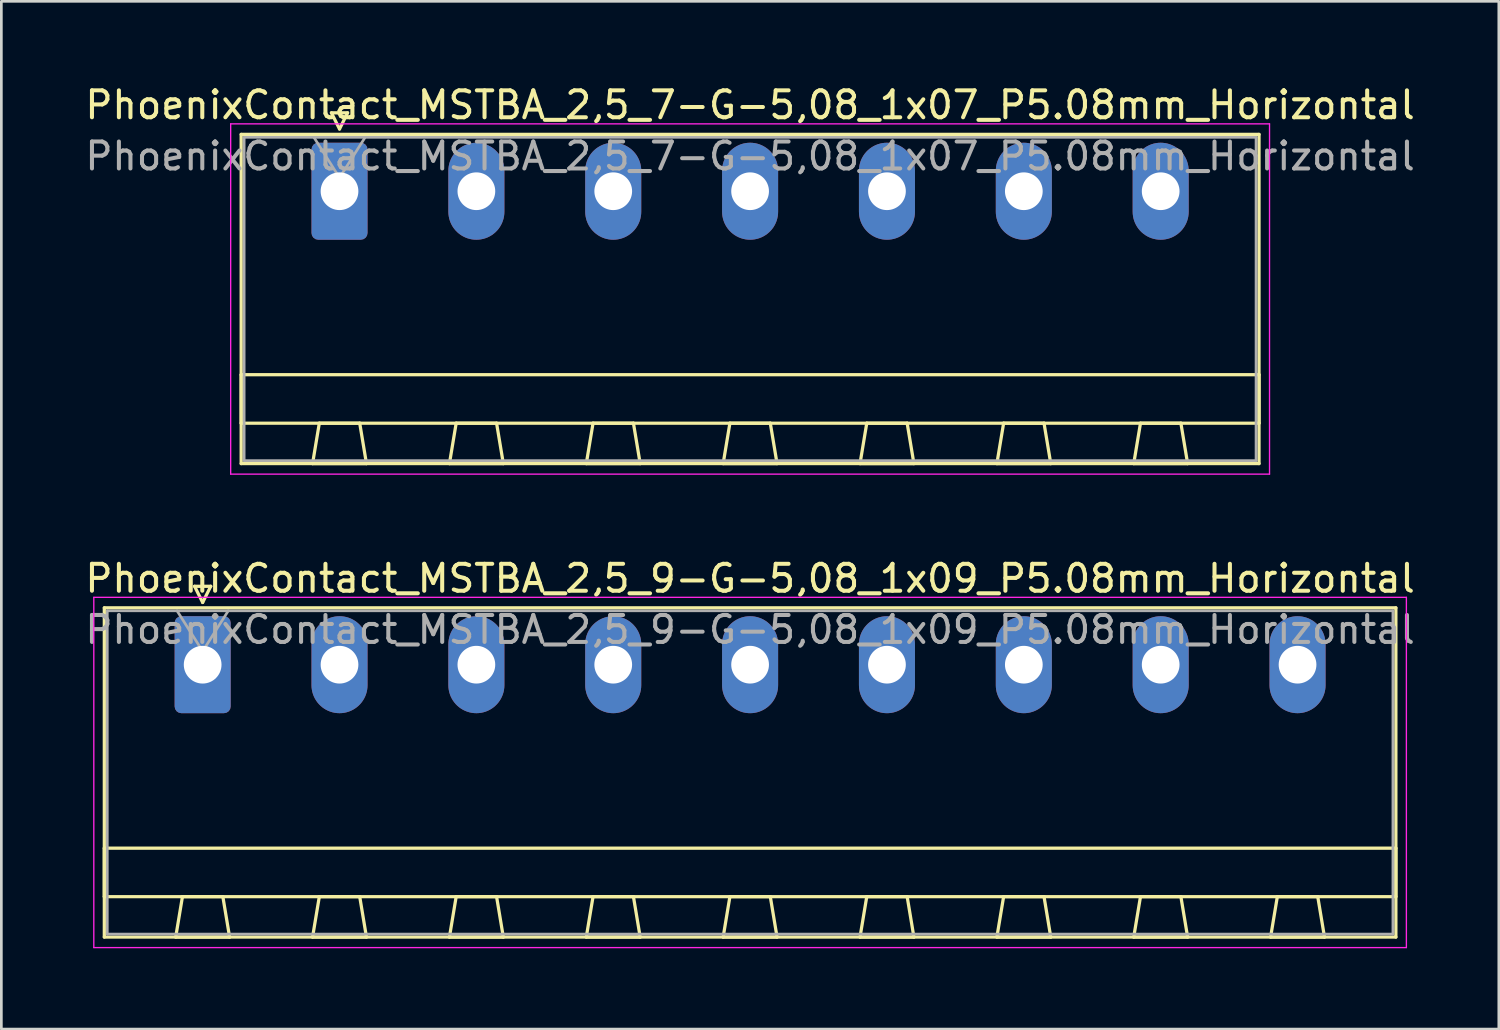
<source format=kicad_pcb>
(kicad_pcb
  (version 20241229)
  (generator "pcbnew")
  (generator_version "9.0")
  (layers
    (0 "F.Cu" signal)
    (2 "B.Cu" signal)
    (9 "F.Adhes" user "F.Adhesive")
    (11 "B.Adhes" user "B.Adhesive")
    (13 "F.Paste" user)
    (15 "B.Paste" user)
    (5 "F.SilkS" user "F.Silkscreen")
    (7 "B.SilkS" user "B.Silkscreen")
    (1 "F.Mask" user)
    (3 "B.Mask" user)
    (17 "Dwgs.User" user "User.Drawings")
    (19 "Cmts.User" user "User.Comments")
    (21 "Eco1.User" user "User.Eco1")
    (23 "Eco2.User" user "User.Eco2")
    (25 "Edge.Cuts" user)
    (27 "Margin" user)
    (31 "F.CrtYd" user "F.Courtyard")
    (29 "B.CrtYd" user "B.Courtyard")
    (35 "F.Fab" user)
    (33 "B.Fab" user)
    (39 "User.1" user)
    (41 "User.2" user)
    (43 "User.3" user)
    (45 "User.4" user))
  (footprint "PhoenixContact_MSTBA_2,5_7-G-5,08_1x07_P5.08mm_Horizontal"
    (layer "F.Cu")
    (at 9.552 4.048)
    (property "Reference" "PhoenixContact_MSTBA_2,5_7-G-5,08_1x07_P5.08mm_Horizontal" (at 15.24 -3.2 0) (layer "F.SilkS") (effects (font (size 1 1) (thickness 0.15))))
    (attr through_hole)
    (fp_line (start -3.65 -2.11) (end -3.65 10.11) (stroke (width 0.12) (type solid)) (layer "F.SilkS"))
    (fp_line (start -3.65 6.81) (end 34.13 6.81) (stroke (width 0.12) (type solid)) (layer "F.SilkS"))
    (fp_line (start -3.65 8.61) (end -3.65 6.81) (stroke (width 0.12) (type solid)) (layer "F.SilkS"))
    (fp_line (start -3.65 10.11) (end 34.13 10.11) (stroke (width 0.12) (type solid)) (layer "F.SilkS"))
    (fp_line (start -1 10.11) (end 1 10.11) (stroke (width 0.12) (type solid)) (layer "F.SilkS"))
    (fp_line (start -0.75 8.61) (end -1 10.11) (stroke (width 0.12) (type solid)) (layer "F.SilkS"))
    (fp_line (start -0.3 -2.91) (end 0.3 -2.91) (stroke (width 0.12) (type solid)) (layer "F.SilkS"))
    (fp_line (start 0 -2.31) (end -0.3 -2.91) (stroke (width 0.12) (type solid)) (layer "F.SilkS"))
    (fp_line (start 0.3 -2.91) (end 0 -2.31) (stroke (width 0.12) (type solid)) (layer "F.SilkS"))
    (fp_line (start 0.75 8.61) (end -0.75 8.61) (stroke (width 0.12) (type solid)) (layer "F.SilkS"))
    (fp_line (start 1 10.11) (end 0.75 8.61) (stroke (width 0.12) (type solid)) (layer "F.SilkS"))
    (fp_line (start 4.08 10.11) (end 6.08 10.11) (stroke (width 0.12) (type solid)) (layer "F.SilkS"))
    (fp_line (start 4.33 8.61) (end 4.08 10.11) (stroke (width 0.12) (type solid)) (layer "F.SilkS"))
    (fp_line (start 5.83 8.61) (end 4.33 8.61) (stroke (width 0.12) (type solid)) (layer "F.SilkS"))
    (fp_line (start 6.08 10.11) (end 5.83 8.61) (stroke (width 0.12) (type solid)) (layer "F.SilkS"))
    (fp_line (start 9.16 10.11) (end 11.16 10.11) (stroke (width 0.12) (type solid)) (layer "F.SilkS"))
    (fp_line (start 9.41 8.61) (end 9.16 10.11) (stroke (width 0.12) (type solid)) (layer "F.SilkS"))
    (fp_line (start 10.91 8.61) (end 9.41 8.61) (stroke (width 0.12) (type solid)) (layer "F.SilkS"))
    (fp_line (start 11.16 10.11) (end 10.91 8.61) (stroke (width 0.12) (type solid)) (layer "F.SilkS"))
    (fp_line (start 14.24 10.11) (end 16.24 10.11) (stroke (width 0.12) (type solid)) (layer "F.SilkS"))
    (fp_line (start 14.49 8.61) (end 14.24 10.11) (stroke (width 0.12) (type solid)) (layer "F.SilkS"))
    (fp_line (start 15.99 8.61) (end 14.49 8.61) (stroke (width 0.12) (type solid)) (layer "F.SilkS"))
    (fp_line (start 16.24 10.11) (end 15.99 8.61) (stroke (width 0.12) (type solid)) (layer "F.SilkS"))
    (fp_line (start 19.32 10.11) (end 21.32 10.11) (stroke (width 0.12) (type solid)) (layer "F.SilkS"))
    (fp_line (start 19.57 8.61) (end 19.32 10.11) (stroke (width 0.12) (type solid)) (layer "F.SilkS"))
    (fp_line (start 21.07 8.61) (end 19.57 8.61) (stroke (width 0.12) (type solid)) (layer "F.SilkS"))
    (fp_line (start 21.32 10.11) (end 21.07 8.61) (stroke (width 0.12) (type solid)) (layer "F.SilkS"))
    (fp_line (start 24.4 10.11) (end 26.4 10.11) (stroke (width 0.12) (type solid)) (layer "F.SilkS"))
    (fp_line (start 24.65 8.61) (end 24.4 10.11) (stroke (width 0.12) (type solid)) (layer "F.SilkS"))
    (fp_line (start 26.15 8.61) (end 24.65 8.61) (stroke (width 0.12) (type solid)) (layer "F.SilkS"))
    (fp_line (start 26.4 10.11) (end 26.15 8.61) (stroke (width 0.12) (type solid)) (layer "F.SilkS"))
    (fp_line (start 29.48 10.11) (end 31.48 10.11) (stroke (width 0.12) (type solid)) (layer "F.SilkS"))
    (fp_line (start 29.73 8.61) (end 29.48 10.11) (stroke (width 0.12) (type solid)) (layer "F.SilkS"))
    (fp_line (start 31.23 8.61) (end 29.73 8.61) (stroke (width 0.12) (type solid)) (layer "F.SilkS"))
    (fp_line (start 31.48 10.11) (end 31.23 8.61) (stroke (width 0.12) (type solid)) (layer "F.SilkS"))
    (fp_line (start 34.13 -2.11) (end -3.65 -2.11) (stroke (width 0.12) (type solid)) (layer "F.SilkS"))
    (fp_line (start 34.13 6.81) (end 34.13 8.61) (stroke (width 0.12) (type solid)) (layer "F.SilkS"))
    (fp_line (start 34.13 8.61) (end -3.65 8.61) (stroke (width 0.12) (type solid)) (layer "F.SilkS"))
    (fp_line (start 34.13 10.11) (end 34.13 -2.11) (stroke (width 0.12) (type solid)) (layer "F.SilkS"))
    (fp_line (start -4.04 -2.5) (end -4.04 10.5) (stroke (width 0.05) (type solid)) (layer "F.CrtYd"))
    (fp_line (start -4.04 10.5) (end 34.52 10.5) (stroke (width 0.05) (type solid)) (layer "F.CrtYd"))
    (fp_line (start 34.52 -2.5) (end -4.04 -2.5) (stroke (width 0.05) (type solid)) (layer "F.CrtYd"))
    (fp_line (start 34.52 10.5) (end 34.52 -2.5) (stroke (width 0.05) (type solid)) (layer "F.CrtYd"))
    (fp_line (start -3.54 -2) (end -3.54 10) (stroke (width 0.1) (type solid)) (layer "F.Fab"))
    (fp_line (start -3.54 10) (end 34.02 10) (stroke (width 0.1) (type solid)) (layer "F.Fab"))
    (fp_line (start 0 -0.5) (end -0.95 -2) (stroke (width 0.1) (type solid)) (layer "F.Fab"))
    (fp_line (start 0.95 -2) (end 0 -0.5) (stroke (width 0.1) (type solid)) (layer "F.Fab"))
    (fp_line (start 34.02 -2) (end -3.54 -2) (stroke (width 0.1) (type solid)) (layer "F.Fab"))
    (fp_line (start 34.02 10) (end 34.02 -2) (stroke (width 0.1) (type solid)) (layer "F.Fab"))
    (fp_text user "${REFERENCE}" (at 15.24 -1.3 0) (layer "F.Fab") (effects (font (size 1 1) (thickness 0.15))))
    (pad "1" thru_hole roundrect (at 0 0) (size 2.08 3.6) (drill 1.4) (layers "*.Cu" "*.Mask") (roundrect_rratio 0.12))
    (pad "2" thru_hole oval (at 5.08 0) (size 2.08 3.6) (drill 1.4) (layers "*.Cu" "*.Mask"))
    (pad "3" thru_hole oval (at 10.16 0) (size 2.08 3.6) (drill 1.4) (layers "*.Cu" "*.Mask"))
    (pad "4" thru_hole oval (at 15.24 0) (size 2.08 3.6) (drill 1.4) (layers "*.Cu" "*.Mask"))
    (pad "5" thru_hole oval (at 20.32 0) (size 2.08 3.6) (drill 1.4) (layers "*.Cu" "*.Mask"))
    (pad "6" thru_hole oval (at 25.4 0) (size 2.08 3.6) (drill 1.4) (layers "*.Cu" "*.Mask"))
    (pad "7" thru_hole oval (at 30.48 0) (size 2.08 3.6) (drill 1.4) (layers "*.Cu" "*.Mask")))
  (footprint "PhoenixContact_MSTBA_2,5_9-G-5,08_1x09_P5.08mm_Horizontal"
    (layer "F.Cu")
    (at 4.472 21.622)
    (property "Reference" "PhoenixContact_MSTBA_2,5_9-G-5,08_1x09_P5.08mm_Horizontal" (at 20.32 -3.2 0) (layer "F.SilkS") (effects (font (size 1 1) (thickness 0.15))))
    (attr through_hole)
    (fp_line (start -3.65 -2.11) (end -3.65 10.11) (stroke (width 0.12) (type solid)) (layer "F.SilkS"))
    (fp_line (start -3.65 6.81) (end 44.29 6.81) (stroke (width 0.12) (type solid)) (layer "F.SilkS"))
    (fp_line (start -3.65 8.61) (end -3.65 6.81) (stroke (width 0.12) (type solid)) (layer "F.SilkS"))
    (fp_line (start -3.65 10.11) (end 44.29 10.11) (stroke (width 0.12) (type solid)) (layer "F.SilkS"))
    (fp_line (start -1 10.11) (end 1 10.11) (stroke (width 0.12) (type solid)) (layer "F.SilkS"))
    (fp_line (start -0.75 8.61) (end -1 10.11) (stroke (width 0.12) (type solid)) (layer "F.SilkS"))
    (fp_line (start -0.3 -2.91) (end 0.3 -2.91) (stroke (width 0.12) (type solid)) (layer "F.SilkS"))
    (fp_line (start 0 -2.31) (end -0.3 -2.91) (stroke (width 0.12) (type solid)) (layer "F.SilkS"))
    (fp_line (start 0.3 -2.91) (end 0 -2.31) (stroke (width 0.12) (type solid)) (layer "F.SilkS"))
    (fp_line (start 0.75 8.61) (end -0.75 8.61) (stroke (width 0.12) (type solid)) (layer "F.SilkS"))
    (fp_line (start 1 10.11) (end 0.75 8.61) (stroke (width 0.12) (type solid)) (layer "F.SilkS"))
    (fp_line (start 4.08 10.11) (end 6.08 10.11) (stroke (width 0.12) (type solid)) (layer "F.SilkS"))
    (fp_line (start 4.33 8.61) (end 4.08 10.11) (stroke (width 0.12) (type solid)) (layer "F.SilkS"))
    (fp_line (start 5.83 8.61) (end 4.33 8.61) (stroke (width 0.12) (type solid)) (layer "F.SilkS"))
    (fp_line (start 6.08 10.11) (end 5.83 8.61) (stroke (width 0.12) (type solid)) (layer "F.SilkS"))
    (fp_line (start 9.16 10.11) (end 11.16 10.11) (stroke (width 0.12) (type solid)) (layer "F.SilkS"))
    (fp_line (start 9.41 8.61) (end 9.16 10.11) (stroke (width 0.12) (type solid)) (layer "F.SilkS"))
    (fp_line (start 10.91 8.61) (end 9.41 8.61) (stroke (width 0.12) (type solid)) (layer "F.SilkS"))
    (fp_line (start 11.16 10.11) (end 10.91 8.61) (stroke (width 0.12) (type solid)) (layer "F.SilkS"))
    (fp_line (start 14.24 10.11) (end 16.24 10.11) (stroke (width 0.12) (type solid)) (layer "F.SilkS"))
    (fp_line (start 14.49 8.61) (end 14.24 10.11) (stroke (width 0.12) (type solid)) (layer "F.SilkS"))
    (fp_line (start 15.99 8.61) (end 14.49 8.61) (stroke (width 0.12) (type solid)) (layer "F.SilkS"))
    (fp_line (start 16.24 10.11) (end 15.99 8.61) (stroke (width 0.12) (type solid)) (layer "F.SilkS"))
    (fp_line (start 19.32 10.11) (end 21.32 10.11) (stroke (width 0.12) (type solid)) (layer "F.SilkS"))
    (fp_line (start 19.57 8.61) (end 19.32 10.11) (stroke (width 0.12) (type solid)) (layer "F.SilkS"))
    (fp_line (start 21.07 8.61) (end 19.57 8.61) (stroke (width 0.12) (type solid)) (layer "F.SilkS"))
    (fp_line (start 21.32 10.11) (end 21.07 8.61) (stroke (width 0.12) (type solid)) (layer "F.SilkS"))
    (fp_line (start 24.4 10.11) (end 26.4 10.11) (stroke (width 0.12) (type solid)) (layer "F.SilkS"))
    (fp_line (start 24.65 8.61) (end 24.4 10.11) (stroke (width 0.12) (type solid)) (layer "F.SilkS"))
    (fp_line (start 26.15 8.61) (end 24.65 8.61) (stroke (width 0.12) (type solid)) (layer "F.SilkS"))
    (fp_line (start 26.4 10.11) (end 26.15 8.61) (stroke (width 0.12) (type solid)) (layer "F.SilkS"))
    (fp_line (start 29.48 10.11) (end 31.48 10.11) (stroke (width 0.12) (type solid)) (layer "F.SilkS"))
    (fp_line (start 29.73 8.61) (end 29.48 10.11) (stroke (width 0.12) (type solid)) (layer "F.SilkS"))
    (fp_line (start 31.23 8.61) (end 29.73 8.61) (stroke (width 0.12) (type solid)) (layer "F.SilkS"))
    (fp_line (start 31.48 10.11) (end 31.23 8.61) (stroke (width 0.12) (type solid)) (layer "F.SilkS"))
    (fp_line (start 34.56 10.11) (end 36.56 10.11) (stroke (width 0.12) (type solid)) (layer "F.SilkS"))
    (fp_line (start 34.81 8.61) (end 34.56 10.11) (stroke (width 0.12) (type solid)) (layer "F.SilkS"))
    (fp_line (start 36.31 8.61) (end 34.81 8.61) (stroke (width 0.12) (type solid)) (layer "F.SilkS"))
    (fp_line (start 36.56 10.11) (end 36.31 8.61) (stroke (width 0.12) (type solid)) (layer "F.SilkS"))
    (fp_line (start 39.64 10.11) (end 41.64 10.11) (stroke (width 0.12) (type solid)) (layer "F.SilkS"))
    (fp_line (start 39.89 8.61) (end 39.64 10.11) (stroke (width 0.12) (type solid)) (layer "F.SilkS"))
    (fp_line (start 41.39 8.61) (end 39.89 8.61) (stroke (width 0.12) (type solid)) (layer "F.SilkS"))
    (fp_line (start 41.64 10.11) (end 41.39 8.61) (stroke (width 0.12) (type solid)) (layer "F.SilkS"))
    (fp_line (start 44.29 -2.11) (end -3.65 -2.11) (stroke (width 0.12) (type solid)) (layer "F.SilkS"))
    (fp_line (start 44.29 6.81) (end 44.29 8.61) (stroke (width 0.12) (type solid)) (layer "F.SilkS"))
    (fp_line (start 44.29 8.61) (end -3.65 8.61) (stroke (width 0.12) (type solid)) (layer "F.SilkS"))
    (fp_line (start 44.29 10.11) (end 44.29 -2.11) (stroke (width 0.12) (type solid)) (layer "F.SilkS"))
    (fp_line (start -4.04 -2.5) (end -4.04 10.5) (stroke (width 0.05) (type solid)) (layer "F.CrtYd"))
    (fp_line (start -4.04 10.5) (end 44.68 10.5) (stroke (width 0.05) (type solid)) (layer "F.CrtYd"))
    (fp_line (start 44.68 -2.5) (end -4.04 -2.5) (stroke (width 0.05) (type solid)) (layer "F.CrtYd"))
    (fp_line (start 44.68 10.5) (end 44.68 -2.5) (stroke (width 0.05) (type solid)) (layer "F.CrtYd"))
    (fp_line (start -3.54 -2) (end -3.54 10) (stroke (width 0.1) (type solid)) (layer "F.Fab"))
    (fp_line (start -3.54 10) (end 44.18 10) (stroke (width 0.1) (type solid)) (layer "F.Fab"))
    (fp_line (start 0 -0.5) (end -0.95 -2) (stroke (width 0.1) (type solid)) (layer "F.Fab"))
    (fp_line (start 0.95 -2) (end 0 -0.5) (stroke (width 0.1) (type solid)) (layer "F.Fab"))
    (fp_line (start 44.18 -2) (end -3.54 -2) (stroke (width 0.1) (type solid)) (layer "F.Fab"))
    (fp_line (start 44.18 10) (end 44.18 -2) (stroke (width 0.1) (type solid)) (layer "F.Fab"))
    (fp_text user "${REFERENCE}" (at 20.32 -1.3 0) (layer "F.Fab") (effects (font (size 1 1) (thickness 0.15))))
    (pad "1" thru_hole roundrect (at 0 0) (size 2.08 3.6) (drill 1.4) (layers "*.Cu" "*.Mask") (roundrect_rratio 0.12))
    (pad "2" thru_hole oval (at 5.08 0) (size 2.08 3.6) (drill 1.4) (layers "*.Cu" "*.Mask"))
    (pad "3" thru_hole oval (at 10.16 0) (size 2.08 3.6) (drill 1.4) (layers "*.Cu" "*.Mask"))
    (pad "4" thru_hole oval (at 15.24 0) (size 2.08 3.6) (drill 1.4) (layers "*.Cu" "*.Mask"))
    (pad "5" thru_hole oval (at 20.32 0) (size 2.08 3.6) (drill 1.4) (layers "*.Cu" "*.Mask"))
    (pad "6" thru_hole oval (at 25.4 0) (size 2.08 3.6) (drill 1.4) (layers "*.Cu" "*.Mask"))
    (pad "7" thru_hole oval (at 30.48 0) (size 2.08 3.6) (drill 1.4) (layers "*.Cu" "*.Mask"))
    (pad "8" thru_hole oval (at 35.56 0) (size 2.08 3.6) (drill 1.4) (layers "*.Cu" "*.Mask"))
    (pad "9" thru_hole oval (at 40.64 0) (size 2.08 3.6) (drill 1.4) (layers "*.Cu" "*.Mask")))
  (gr_rect
    (start -3 -3)
    (end 52.583 35.147)
    (stroke (width 0.1) (type default))
    (fill no)
    (layer "Edge.Cuts")))
</source>
